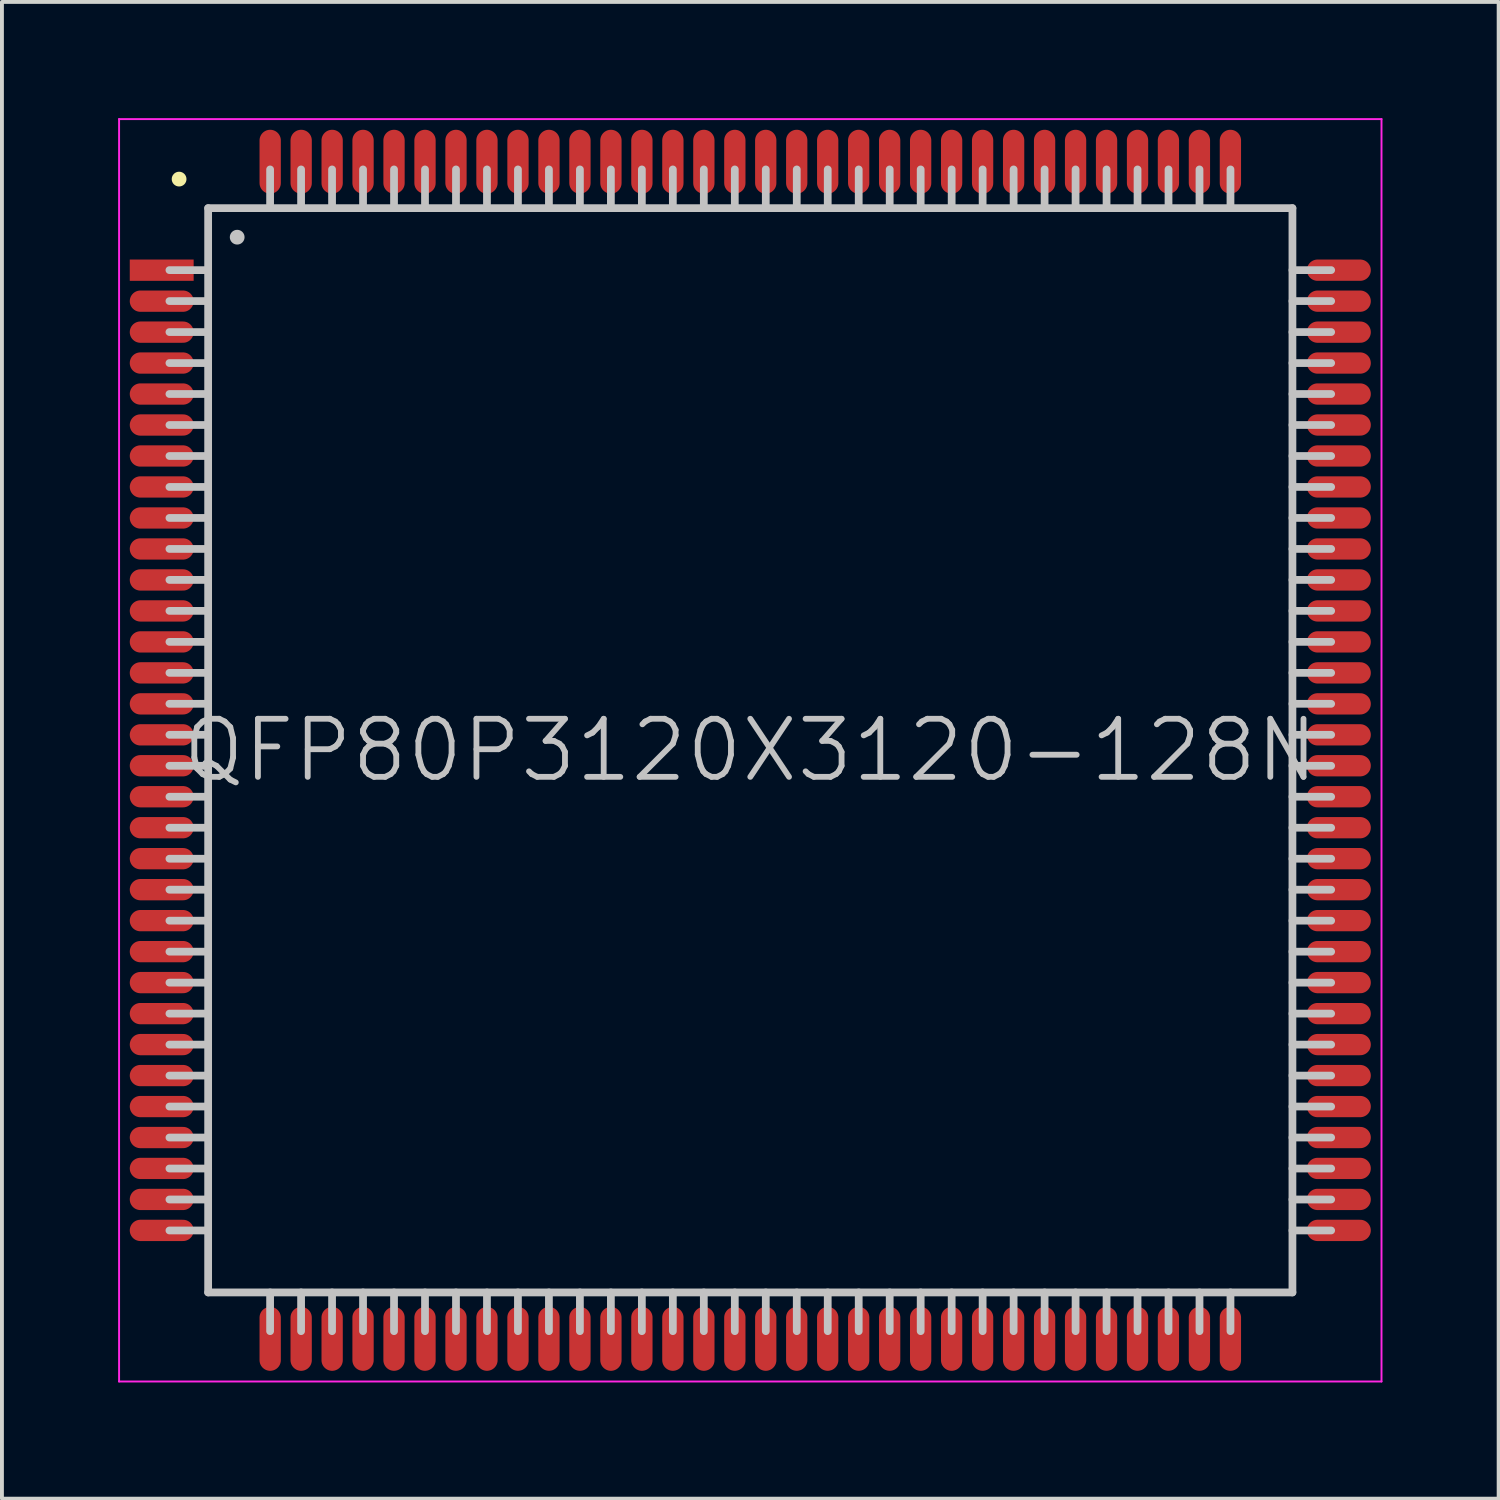
<source format=kicad_pcb>
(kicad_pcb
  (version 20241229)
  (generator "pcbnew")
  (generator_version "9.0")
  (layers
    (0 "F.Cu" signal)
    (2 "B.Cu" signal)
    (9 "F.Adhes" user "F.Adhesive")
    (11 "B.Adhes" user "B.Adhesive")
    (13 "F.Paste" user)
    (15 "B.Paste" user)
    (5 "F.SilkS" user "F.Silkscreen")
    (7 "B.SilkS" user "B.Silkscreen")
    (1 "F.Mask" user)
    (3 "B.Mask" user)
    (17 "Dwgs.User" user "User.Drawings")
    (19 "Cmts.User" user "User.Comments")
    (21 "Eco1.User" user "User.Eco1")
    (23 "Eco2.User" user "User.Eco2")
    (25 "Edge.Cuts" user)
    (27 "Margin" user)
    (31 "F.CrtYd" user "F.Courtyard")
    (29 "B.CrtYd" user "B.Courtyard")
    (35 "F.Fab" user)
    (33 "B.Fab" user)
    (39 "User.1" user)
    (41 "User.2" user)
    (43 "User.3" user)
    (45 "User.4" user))
  (footprint "QFP80P3120X3120-128N"
    (layer "F.Cu")
    (at 16.325 16.325)
    (property "Reference" "QFP80P3120X3120-128N" (at 0 0 0) (layer "Dwgs.User") (effects (font (size 1.5 1.5) (thickness 0.15))))
    (attr smd)
    (fp_line (start -14.75 -14.75) (end -14.75 -14.75) (stroke (width 0.381) (type solid)) (layer "F.SilkS"))
    (fp_line (start -14 -14) (end -14 14) (stroke (width 0.2) (type solid)) (layer "Dwgs.User"))
    (fp_line (start -14 -14) (end 14 -14) (stroke (width 0.2) (type solid)) (layer "Dwgs.User"))
    (fp_line (start -14 -12.4) (end -15 -12.4) (stroke (width 0.2) (type solid)) (layer "Dwgs.User"))
    (fp_line (start -14 -11.6) (end -15 -11.6) (stroke (width 0.2) (type solid)) (layer "Dwgs.User"))
    (fp_line (start -14 -10.8) (end -15 -10.8) (stroke (width 0.2) (type solid)) (layer "Dwgs.User"))
    (fp_line (start -14 -10) (end -15 -10) (stroke (width 0.2) (type solid)) (layer "Dwgs.User"))
    (fp_line (start -14 -9.2) (end -15 -9.2) (stroke (width 0.2) (type solid)) (layer "Dwgs.User"))
    (fp_line (start -14 -8.4) (end -15 -8.4) (stroke (width 0.2) (type solid)) (layer "Dwgs.User"))
    (fp_line (start -14 -7.6) (end -15 -7.6) (stroke (width 0.2) (type solid)) (layer "Dwgs.User"))
    (fp_line (start -14 -6.8) (end -15 -6.8) (stroke (width 0.2) (type solid)) (layer "Dwgs.User"))
    (fp_line (start -14 -6) (end -15 -6) (stroke (width 0.2) (type solid)) (layer "Dwgs.User"))
    (fp_line (start -14 -5.2) (end -15 -5.2) (stroke (width 0.2) (type solid)) (layer "Dwgs.User"))
    (fp_line (start -14 -4.4) (end -15 -4.4) (stroke (width 0.2) (type solid)) (layer "Dwgs.User"))
    (fp_line (start -14 -3.6) (end -15 -3.6) (stroke (width 0.2) (type solid)) (layer "Dwgs.User"))
    (fp_line (start -14 -2.8) (end -15 -2.8) (stroke (width 0.2) (type solid)) (layer "Dwgs.User"))
    (fp_line (start -14 -2) (end -15 -2) (stroke (width 0.2) (type solid)) (layer "Dwgs.User"))
    (fp_line (start -14 -1.2) (end -15 -1.2) (stroke (width 0.2) (type solid)) (layer "Dwgs.User"))
    (fp_line (start -14 -0.4) (end -15 -0.4) (stroke (width 0.2) (type solid)) (layer "Dwgs.User"))
    (fp_line (start -14 0.4) (end -15 0.4) (stroke (width 0.2) (type solid)) (layer "Dwgs.User"))
    (fp_line (start -14 1.2) (end -15 1.2) (stroke (width 0.2) (type solid)) (layer "Dwgs.User"))
    (fp_line (start -14 2) (end -15 2) (stroke (width 0.2) (type solid)) (layer "Dwgs.User"))
    (fp_line (start -14 2.8) (end -15 2.8) (stroke (width 0.2) (type solid)) (layer "Dwgs.User"))
    (fp_line (start -14 3.6) (end -15 3.6) (stroke (width 0.2) (type solid)) (layer "Dwgs.User"))
    (fp_line (start -14 4.4) (end -15 4.4) (stroke (width 0.2) (type solid)) (layer "Dwgs.User"))
    (fp_line (start -14 5.2) (end -15 5.2) (stroke (width 0.2) (type solid)) (layer "Dwgs.User"))
    (fp_line (start -14 6) (end -15 6) (stroke (width 0.2) (type solid)) (layer "Dwgs.User"))
    (fp_line (start -14 6.8) (end -15 6.8) (stroke (width 0.2) (type solid)) (layer "Dwgs.User"))
    (fp_line (start -14 7.6) (end -15 7.6) (stroke (width 0.2) (type solid)) (layer "Dwgs.User"))
    (fp_line (start -14 8.4) (end -15 8.4) (stroke (width 0.2) (type solid)) (layer "Dwgs.User"))
    (fp_line (start -14 9.2) (end -15 9.2) (stroke (width 0.2) (type solid)) (layer "Dwgs.User"))
    (fp_line (start -14 10) (end -15 10) (stroke (width 0.2) (type solid)) (layer "Dwgs.User"))
    (fp_line (start -14 10.8) (end -15 10.8) (stroke (width 0.2) (type solid)) (layer "Dwgs.User"))
    (fp_line (start -14 11.6) (end -15 11.6) (stroke (width 0.2) (type solid)) (layer "Dwgs.User"))
    (fp_line (start -14 12.4) (end -15 12.4) (stroke (width 0.2) (type solid)) (layer "Dwgs.User"))
    (fp_line (start -14 14) (end 14 14) (stroke (width 0.2) (type solid)) (layer "Dwgs.User"))
    (fp_line (start -13.25 -13.25) (end -13.25 -13.25) (stroke (width 0.381) (type solid)) (layer "Dwgs.User"))
    (fp_line (start -12.4 -14) (end -12.4 -15) (stroke (width 0.2) (type solid)) (layer "Dwgs.User"))
    (fp_line (start -12.4 15) (end -12.4 14) (stroke (width 0.2) (type solid)) (layer "Dwgs.User"))
    (fp_line (start -11.6 -14) (end -11.6 -15) (stroke (width 0.2) (type solid)) (layer "Dwgs.User"))
    (fp_line (start -11.6 15) (end -11.6 14) (stroke (width 0.2) (type solid)) (layer "Dwgs.User"))
    (fp_line (start -10.8 -14) (end -10.8 -15) (stroke (width 0.2) (type solid)) (layer "Dwgs.User"))
    (fp_line (start -10.8 15) (end -10.8 14) (stroke (width 0.2) (type solid)) (layer "Dwgs.User"))
    (fp_line (start -10 -14) (end -10 -15) (stroke (width 0.2) (type solid)) (layer "Dwgs.User"))
    (fp_line (start -10 15) (end -10 14) (stroke (width 0.2) (type solid)) (layer "Dwgs.User"))
    (fp_line (start -9.2 -14) (end -9.2 -15) (stroke (width 0.2) (type solid)) (layer "Dwgs.User"))
    (fp_line (start -9.2 15) (end -9.2 14) (stroke (width 0.2) (type solid)) (layer "Dwgs.User"))
    (fp_line (start -8.4 -14) (end -8.4 -15) (stroke (width 0.2) (type solid)) (layer "Dwgs.User"))
    (fp_line (start -8.4 15) (end -8.4 14) (stroke (width 0.2) (type solid)) (layer "Dwgs.User"))
    (fp_line (start -7.6 -14) (end -7.6 -15) (stroke (width 0.2) (type solid)) (layer "Dwgs.User"))
    (fp_line (start -7.6 15) (end -7.6 14) (stroke (width 0.2) (type solid)) (layer "Dwgs.User"))
    (fp_line (start -6.8 -14) (end -6.8 -15) (stroke (width 0.2) (type solid)) (layer "Dwgs.User"))
    (fp_line (start -6.8 15) (end -6.8 14) (stroke (width 0.2) (type solid)) (layer "Dwgs.User"))
    (fp_line (start -6 -14) (end -6 -15) (stroke (width 0.2) (type solid)) (layer "Dwgs.User"))
    (fp_line (start -6 15) (end -6 14) (stroke (width 0.2) (type solid)) (layer "Dwgs.User"))
    (fp_line (start -5.2 -14) (end -5.2 -15) (stroke (width 0.2) (type solid)) (layer "Dwgs.User"))
    (fp_line (start -5.2 15) (end -5.2 14) (stroke (width 0.2) (type solid)) (layer "Dwgs.User"))
    (fp_line (start -4.4 -14) (end -4.4 -15) (stroke (width 0.2) (type solid)) (layer "Dwgs.User"))
    (fp_line (start -4.4 15) (end -4.4 14) (stroke (width 0.2) (type solid)) (layer "Dwgs.User"))
    (fp_line (start -3.6 -14) (end -3.6 -15) (stroke (width 0.2) (type solid)) (layer "Dwgs.User"))
    (fp_line (start -3.6 15) (end -3.6 14) (stroke (width 0.2) (type solid)) (layer "Dwgs.User"))
    (fp_line (start -2.8 -14) (end -2.8 -15) (stroke (width 0.2) (type solid)) (layer "Dwgs.User"))
    (fp_line (start -2.8 15) (end -2.8 14) (stroke (width 0.2) (type solid)) (layer "Dwgs.User"))
    (fp_line (start -2 -14) (end -2 -15) (stroke (width 0.2) (type solid)) (layer "Dwgs.User"))
    (fp_line (start -2 15) (end -2 14) (stroke (width 0.2) (type solid)) (layer "Dwgs.User"))
    (fp_line (start -1.2 -14) (end -1.2 -15) (stroke (width 0.2) (type solid)) (layer "Dwgs.User"))
    (fp_line (start -1.2 15) (end -1.2 14) (stroke (width 0.2) (type solid)) (layer "Dwgs.User"))
    (fp_line (start -0.4 -14) (end -0.4 -15) (stroke (width 0.2) (type solid)) (layer "Dwgs.User"))
    (fp_line (start -0.4 15) (end -0.4 14) (stroke (width 0.2) (type solid)) (layer "Dwgs.User"))
    (fp_line (start 0.4 -14) (end 0.4 -15) (stroke (width 0.2) (type solid)) (layer "Dwgs.User"))
    (fp_line (start 0.4 15) (end 0.4 14) (stroke (width 0.2) (type solid)) (layer "Dwgs.User"))
    (fp_line (start 1.2 -14) (end 1.2 -15) (stroke (width 0.2) (type solid)) (layer "Dwgs.User"))
    (fp_line (start 1.2 15) (end 1.2 14) (stroke (width 0.2) (type solid)) (layer "Dwgs.User"))
    (fp_line (start 2 -14) (end 2 -15) (stroke (width 0.2) (type solid)) (layer "Dwgs.User"))
    (fp_line (start 2 15) (end 2 14) (stroke (width 0.2) (type solid)) (layer "Dwgs.User"))
    (fp_line (start 2.8 -14) (end 2.8 -15) (stroke (width 0.2) (type solid)) (layer "Dwgs.User"))
    (fp_line (start 2.8 15) (end 2.8 14) (stroke (width 0.2) (type solid)) (layer "Dwgs.User"))
    (fp_line (start 3.6 -14) (end 3.6 -15) (stroke (width 0.2) (type solid)) (layer "Dwgs.User"))
    (fp_line (start 3.6 15) (end 3.6 14) (stroke (width 0.2) (type solid)) (layer "Dwgs.User"))
    (fp_line (start 4.4 -14) (end 4.4 -15) (stroke (width 0.2) (type solid)) (layer "Dwgs.User"))
    (fp_line (start 4.4 15) (end 4.4 14) (stroke (width 0.2) (type solid)) (layer "Dwgs.User"))
    (fp_line (start 5.2 -14) (end 5.2 -15) (stroke (width 0.2) (type solid)) (layer "Dwgs.User"))
    (fp_line (start 5.2 15) (end 5.2 14) (stroke (width 0.2) (type solid)) (layer "Dwgs.User"))
    (fp_line (start 6 -14) (end 6 -15) (stroke (width 0.2) (type solid)) (layer "Dwgs.User"))
    (fp_line (start 6 15) (end 6 14) (stroke (width 0.2) (type solid)) (layer "Dwgs.User"))
    (fp_line (start 6.8 -14) (end 6.8 -15) (stroke (width 0.2) (type solid)) (layer "Dwgs.User"))
    (fp_line (start 6.8 15) (end 6.8 14) (stroke (width 0.2) (type solid)) (layer "Dwgs.User"))
    (fp_line (start 7.6 -14) (end 7.6 -15) (stroke (width 0.2) (type solid)) (layer "Dwgs.User"))
    (fp_line (start 7.6 15) (end 7.6 14) (stroke (width 0.2) (type solid)) (layer "Dwgs.User"))
    (fp_line (start 8.4 -14) (end 8.4 -15) (stroke (width 0.2) (type solid)) (layer "Dwgs.User"))
    (fp_line (start 8.4 15) (end 8.4 14) (stroke (width 0.2) (type solid)) (layer "Dwgs.User"))
    (fp_line (start 9.2 -14) (end 9.2 -15) (stroke (width 0.2) (type solid)) (layer "Dwgs.User"))
    (fp_line (start 9.2 15) (end 9.2 14) (stroke (width 0.2) (type solid)) (layer "Dwgs.User"))
    (fp_line (start 10 -14) (end 10 -15) (stroke (width 0.2) (type solid)) (layer "Dwgs.User"))
    (fp_line (start 10 15) (end 10 14) (stroke (width 0.2) (type solid)) (layer "Dwgs.User"))
    (fp_line (start 10.8 -14) (end 10.8 -15) (stroke (width 0.2) (type solid)) (layer "Dwgs.User"))
    (fp_line (start 10.8 15) (end 10.8 14) (stroke (width 0.2) (type solid)) (layer "Dwgs.User"))
    (fp_line (start 11.6 -14) (end 11.6 -15) (stroke (width 0.2) (type solid)) (layer "Dwgs.User"))
    (fp_line (start 11.6 15) (end 11.6 14) (stroke (width 0.2) (type solid)) (layer "Dwgs.User"))
    (fp_line (start 12.4 -14) (end 12.4 -15) (stroke (width 0.2) (type solid)) (layer "Dwgs.User"))
    (fp_line (start 12.4 15) (end 12.4 14) (stroke (width 0.2) (type solid)) (layer "Dwgs.User"))
    (fp_line (start 14 -14) (end 14 14) (stroke (width 0.2) (type solid)) (layer "Dwgs.User"))
    (fp_line (start 15 -12.4) (end 14 -12.4) (stroke (width 0.2) (type solid)) (layer "Dwgs.User"))
    (fp_line (start 15 -11.6) (end 14 -11.6) (stroke (width 0.2) (type solid)) (layer "Dwgs.User"))
    (fp_line (start 15 -10.8) (end 14 -10.8) (stroke (width 0.2) (type solid)) (layer "Dwgs.User"))
    (fp_line (start 15 -10) (end 14 -10) (stroke (width 0.2) (type solid)) (layer "Dwgs.User"))
    (fp_line (start 15 -9.2) (end 14 -9.2) (stroke (width 0.2) (type solid)) (layer "Dwgs.User"))
    (fp_line (start 15 -8.4) (end 14 -8.4) (stroke (width 0.2) (type solid)) (layer "Dwgs.User"))
    (fp_line (start 15 -7.6) (end 14 -7.6) (stroke (width 0.2) (type solid)) (layer "Dwgs.User"))
    (fp_line (start 15 -6.8) (end 14 -6.8) (stroke (width 0.2) (type solid)) (layer "Dwgs.User"))
    (fp_line (start 15 -6) (end 14 -6) (stroke (width 0.2) (type solid)) (layer "Dwgs.User"))
    (fp_line (start 15 -5.2) (end 14 -5.2) (stroke (width 0.2) (type solid)) (layer "Dwgs.User"))
    (fp_line (start 15 -4.4) (end 14 -4.4) (stroke (width 0.2) (type solid)) (layer "Dwgs.User"))
    (fp_line (start 15 -3.6) (end 14 -3.6) (stroke (width 0.2) (type solid)) (layer "Dwgs.User"))
    (fp_line (start 15 -2.8) (end 14 -2.8) (stroke (width 0.2) (type solid)) (layer "Dwgs.User"))
    (fp_line (start 15 -2) (end 14 -2) (stroke (width 0.2) (type solid)) (layer "Dwgs.User"))
    (fp_line (start 15 -1.2) (end 14 -1.2) (stroke (width 0.2) (type solid)) (layer "Dwgs.User"))
    (fp_line (start 15 -0.4) (end 14 -0.4) (stroke (width 0.2) (type solid)) (layer "Dwgs.User"))
    (fp_line (start 15 0.4) (end 14 0.4) (stroke (width 0.2) (type solid)) (layer "Dwgs.User"))
    (fp_line (start 15 1.2) (end 14 1.2) (stroke (width 0.2) (type solid)) (layer "Dwgs.User"))
    (fp_line (start 15 2) (end 14 2) (stroke (width 0.2) (type solid)) (layer "Dwgs.User"))
    (fp_line (start 15 2.8) (end 14 2.8) (stroke (width 0.2) (type solid)) (layer "Dwgs.User"))
    (fp_line (start 15 3.6) (end 14 3.6) (stroke (width 0.2) (type solid)) (layer "Dwgs.User"))
    (fp_line (start 15 4.4) (end 14 4.4) (stroke (width 0.2) (type solid)) (layer "Dwgs.User"))
    (fp_line (start 15 5.2) (end 14 5.2) (stroke (width 0.2) (type solid)) (layer "Dwgs.User"))
    (fp_line (start 15 6) (end 14 6) (stroke (width 0.2) (type solid)) (layer "Dwgs.User"))
    (fp_line (start 15 6.8) (end 14 6.8) (stroke (width 0.2) (type solid)) (layer "Dwgs.User"))
    (fp_line (start 15 7.6) (end 14 7.6) (stroke (width 0.2) (type solid)) (layer "Dwgs.User"))
    (fp_line (start 15 8.4) (end 14 8.4) (stroke (width 0.2) (type solid)) (layer "Dwgs.User"))
    (fp_line (start 15 9.2) (end 14 9.2) (stroke (width 0.2) (type solid)) (layer "Dwgs.User"))
    (fp_line (start 15 10) (end 14 10) (stroke (width 0.2) (type solid)) (layer "Dwgs.User"))
    (fp_line (start 15 10.8) (end 14 10.8) (stroke (width 0.2) (type solid)) (layer "Dwgs.User"))
    (fp_line (start 15 11.6) (end 14 11.6) (stroke (width 0.2) (type solid)) (layer "Dwgs.User"))
    (fp_line (start 15 12.4) (end 14 12.4) (stroke (width 0.2) (type solid)) (layer "Dwgs.User"))
    (fp_line (start -16.3 -16.3) (end -16.3 16.3) (stroke (width 0.05) (type solid)) (layer "F.CrtYd"))
    (fp_line (start -16.3 -16.3) (end 16.3 -16.3) (stroke (width 0.05) (type solid)) (layer "F.CrtYd"))
    (fp_line (start -16.3 16.3) (end 16.3 16.3) (stroke (width 0.05) (type solid)) (layer "F.CrtYd"))
    (fp_line (start 16.3 -16.3) (end 16.3 16.3) (stroke (width 0.05) (type solid)) (layer "F.CrtYd"))
    (pad "1" smd rect (at -15.199 -12.398 90) (size 0.55 1.65) (layers "F.Cu" "F.Mask" "F.Paste"))
    (pad "2" smd oval (at -15.199 -11.598 90) (size 0.55 1.65) (layers "F.Cu" "F.Mask" "F.Paste"))
    (pad "3" smd oval (at -15.199 -10.798 90) (size 0.55 1.65) (layers "F.Cu" "F.Mask" "F.Paste"))
    (pad "4" smd oval (at -15.199 -10 90) (size 0.55 1.65) (layers "F.Cu" "F.Mask" "F.Paste"))
    (pad "5" smd oval (at -15.199 -9.2 90) (size 0.55 1.65) (layers "F.Cu" "F.Mask" "F.Paste"))
    (pad "6" smd oval (at -15.199 -8.4 90) (size 0.55 1.65) (layers "F.Cu" "F.Mask" "F.Paste"))
    (pad "7" smd oval (at -15.199 -7.6 90) (size 0.55 1.65) (layers "F.Cu" "F.Mask" "F.Paste"))
    (pad "8" smd oval (at -15.199 -6.8 90) (size 0.55 1.65) (layers "F.Cu" "F.Mask" "F.Paste"))
    (pad "9" smd oval (at -15.199 -5.999 90) (size 0.55 1.65) (layers "F.Cu" "F.Mask" "F.Paste"))
    (pad "10" smd oval (at -15.199 -5.199 90) (size 0.55 1.65) (layers "F.Cu" "F.Mask" "F.Paste"))
    (pad "11" smd oval (at -15.199 -4.399 90) (size 0.55 1.65) (layers "F.Cu" "F.Mask" "F.Paste"))
    (pad "12" smd oval (at -15.199 -3.599 90) (size 0.55 1.65) (layers "F.Cu" "F.Mask" "F.Paste"))
    (pad "13" smd oval (at -15.199 -2.799 90) (size 0.55 1.65) (layers "F.Cu" "F.Mask" "F.Paste"))
    (pad "14" smd oval (at -15.199 -1.999 90) (size 0.55 1.65) (layers "F.Cu" "F.Mask" "F.Paste"))
    (pad "15" smd oval (at -15.199 -1.199 90) (size 0.55 1.65) (layers "F.Cu" "F.Mask" "F.Paste"))
    (pad "16" smd oval (at -15.199 -0.399 90) (size 0.55 1.65) (layers "F.Cu" "F.Mask" "F.Paste"))
    (pad "17" smd oval (at -15.199 0.399 90) (size 0.55 1.65) (layers "F.Cu" "F.Mask" "F.Paste"))
    (pad "18" smd oval (at -15.199 1.199 90) (size 0.55 1.65) (layers "F.Cu" "F.Mask" "F.Paste"))
    (pad "19" smd oval (at -15.199 1.999 90) (size 0.55 1.65) (layers "F.Cu" "F.Mask" "F.Paste"))
    (pad "20" smd oval (at -15.199 2.799 90) (size 0.55 1.65) (layers "F.Cu" "F.Mask" "F.Paste"))
    (pad "21" smd oval (at -15.199 3.599 90) (size 0.55 1.65) (layers "F.Cu" "F.Mask" "F.Paste"))
    (pad "22" smd oval (at -15.199 4.399 90) (size 0.55 1.65) (layers "F.Cu" "F.Mask" "F.Paste"))
    (pad "23" smd oval (at -15.199 5.199 90) (size 0.55 1.65) (layers "F.Cu" "F.Mask" "F.Paste"))
    (pad "24" smd oval (at -15.199 5.999 90) (size 0.55 1.65) (layers "F.Cu" "F.Mask" "F.Paste"))
    (pad "25" smd oval (at -15.199 6.8 90) (size 0.55 1.65) (layers "F.Cu" "F.Mask" "F.Paste"))
    (pad "26" smd oval (at -15.199 7.6 90) (size 0.55 1.65) (layers "F.Cu" "F.Mask" "F.Paste"))
    (pad "27" smd oval (at -15.199 8.4 90) (size 0.55 1.65) (layers "F.Cu" "F.Mask" "F.Paste"))
    (pad "28" smd oval (at -15.199 9.2 90) (size 0.55 1.65) (layers "F.Cu" "F.Mask" "F.Paste"))
    (pad "29" smd oval (at -15.199 10 90) (size 0.55 1.65) (layers "F.Cu" "F.Mask" "F.Paste"))
    (pad "30" smd oval (at -15.199 10.798 90) (size 0.55 1.65) (layers "F.Cu" "F.Mask" "F.Paste"))
    (pad "31" smd oval (at -15.199 11.598 90) (size 0.55 1.65) (layers "F.Cu" "F.Mask" "F.Paste"))
    (pad "32" smd oval (at -15.199 12.398 90) (size 0.55 1.65) (layers "F.Cu" "F.Mask" "F.Paste"))
    (pad "33" smd oval (at -12.398 15.199 180) (size 0.55 1.65) (layers "F.Cu" "F.Mask" "F.Paste"))
    (pad "34" smd oval (at -11.598 15.199 180) (size 0.55 1.65) (layers "F.Cu" "F.Mask" "F.Paste"))
    (pad "35" smd oval (at -10.798 15.199 180) (size 0.55 1.65) (layers "F.Cu" "F.Mask" "F.Paste"))
    (pad "36" smd oval (at -10 15.199 180) (size 0.55 1.65) (layers "F.Cu" "F.Mask" "F.Paste"))
    (pad "37" smd oval (at -9.2 15.199 180) (size 0.55 1.65) (layers "F.Cu" "F.Mask" "F.Paste"))
    (pad "38" smd oval (at -8.4 15.199 180) (size 0.55 1.65) (layers "F.Cu" "F.Mask" "F.Paste"))
    (pad "39" smd oval (at -7.6 15.199 180) (size 0.55 1.65) (layers "F.Cu" "F.Mask" "F.Paste"))
    (pad "40" smd oval (at -6.8 15.199 180) (size 0.55 1.65) (layers "F.Cu" "F.Mask" "F.Paste"))
    (pad "41" smd oval (at -5.999 15.199 180) (size 0.55 1.65) (layers "F.Cu" "F.Mask" "F.Paste"))
    (pad "42" smd oval (at -5.199 15.199 180) (size 0.55 1.65) (layers "F.Cu" "F.Mask" "F.Paste"))
    (pad "43" smd oval (at -4.399 15.199 180) (size 0.55 1.65) (layers "F.Cu" "F.Mask" "F.Paste"))
    (pad "44" smd oval (at -3.599 15.199 180) (size 0.55 1.65) (layers "F.Cu" "F.Mask" "F.Paste"))
    (pad "45" smd oval (at -2.799 15.199 180) (size 0.55 1.65) (layers "F.Cu" "F.Mask" "F.Paste"))
    (pad "46" smd oval (at -1.999 15.199 180) (size 0.55 1.65) (layers "F.Cu" "F.Mask" "F.Paste"))
    (pad "47" smd oval (at -1.199 15.199 180) (size 0.55 1.65) (layers "F.Cu" "F.Mask" "F.Paste"))
    (pad "48" smd oval (at -0.399 15.199 180) (size 0.55 1.65) (layers "F.Cu" "F.Mask" "F.Paste"))
    (pad "49" smd oval (at 0.399 15.199 180) (size 0.55 1.65) (layers "F.Cu" "F.Mask" "F.Paste"))
    (pad "50" smd oval (at 1.199 15.199 180) (size 0.55 1.65) (layers "F.Cu" "F.Mask" "F.Paste"))
    (pad "51" smd oval (at 1.999 15.199 180) (size 0.55 1.65) (layers "F.Cu" "F.Mask" "F.Paste"))
    (pad "52" smd oval (at 2.799 15.199 180) (size 0.55 1.65) (layers "F.Cu" "F.Mask" "F.Paste"))
    (pad "53" smd oval (at 3.599 15.199 180) (size 0.55 1.65) (layers "F.Cu" "F.Mask" "F.Paste"))
    (pad "54" smd oval (at 4.399 15.199 180) (size 0.55 1.65) (layers "F.Cu" "F.Mask" "F.Paste"))
    (pad "55" smd oval (at 5.199 15.199 180) (size 0.55 1.65) (layers "F.Cu" "F.Mask" "F.Paste"))
    (pad "56" smd oval (at 5.999 15.199 180) (size 0.55 1.65) (layers "F.Cu" "F.Mask" "F.Paste"))
    (pad "57" smd oval (at 6.8 15.199 180) (size 0.55 1.65) (layers "F.Cu" "F.Mask" "F.Paste"))
    (pad "58" smd oval (at 7.6 15.199 180) (size 0.55 1.65) (layers "F.Cu" "F.Mask" "F.Paste"))
    (pad "59" smd oval (at 8.4 15.199 180) (size 0.55 1.65) (layers "F.Cu" "F.Mask" "F.Paste"))
    (pad "60" smd oval (at 9.2 15.199 180) (size 0.55 1.65) (layers "F.Cu" "F.Mask" "F.Paste"))
    (pad "61" smd oval (at 10 15.199 180) (size 0.55 1.65) (layers "F.Cu" "F.Mask" "F.Paste"))
    (pad "62" smd oval (at 10.798 15.199 180) (size 0.55 1.65) (layers "F.Cu" "F.Mask" "F.Paste"))
    (pad "63" smd oval (at 11.598 15.199 180) (size 0.55 1.65) (layers "F.Cu" "F.Mask" "F.Paste"))
    (pad "64" smd oval (at 12.398 15.199 180) (size 0.55 1.65) (layers "F.Cu" "F.Mask" "F.Paste"))
    (pad "65" smd oval (at 15.199 12.398 270) (size 0.55 1.65) (layers "F.Cu" "F.Mask" "F.Paste"))
    (pad "66" smd oval (at 15.199 11.598 270) (size 0.55 1.65) (layers "F.Cu" "F.Mask" "F.Paste"))
    (pad "67" smd oval (at 15.199 10.798 270) (size 0.55 1.65) (layers "F.Cu" "F.Mask" "F.Paste"))
    (pad "68" smd oval (at 15.199 10 270) (size 0.55 1.65) (layers "F.Cu" "F.Mask" "F.Paste"))
    (pad "69" smd oval (at 15.199 9.2 270) (size 0.55 1.65) (layers "F.Cu" "F.Mask" "F.Paste"))
    (pad "70" smd oval (at 15.199 8.4 270) (size 0.55 1.65) (layers "F.Cu" "F.Mask" "F.Paste"))
    (pad "71" smd oval (at 15.199 7.6 270) (size 0.55 1.65) (layers "F.Cu" "F.Mask" "F.Paste"))
    (pad "72" smd oval (at 15.199 6.8 270) (size 0.55 1.65) (layers "F.Cu" "F.Mask" "F.Paste"))
    (pad "73" smd oval (at 15.199 5.999 270) (size 0.55 1.65) (layers "F.Cu" "F.Mask" "F.Paste"))
    (pad "74" smd oval (at 15.199 5.199 270) (size 0.55 1.65) (layers "F.Cu" "F.Mask" "F.Paste"))
    (pad "75" smd oval (at 15.199 4.399 270) (size 0.55 1.65) (layers "F.Cu" "F.Mask" "F.Paste"))
    (pad "76" smd oval (at 15.199 3.599 270) (size 0.55 1.65) (layers "F.Cu" "F.Mask" "F.Paste"))
    (pad "77" smd oval (at 15.199 2.799 270) (size 0.55 1.65) (layers "F.Cu" "F.Mask" "F.Paste"))
    (pad "78" smd oval (at 15.199 1.999 270) (size 0.55 1.65) (layers "F.Cu" "F.Mask" "F.Paste"))
    (pad "79" smd oval (at 15.199 1.199 270) (size 0.55 1.65) (layers "F.Cu" "F.Mask" "F.Paste"))
    (pad "80" smd oval (at 15.199 0.399 270) (size 0.55 1.65) (layers "F.Cu" "F.Mask" "F.Paste"))
    (pad "81" smd oval (at 15.199 -0.399 270) (size 0.55 1.65) (layers "F.Cu" "F.Mask" "F.Paste"))
    (pad "82" smd oval (at 15.199 -1.199 270) (size 0.55 1.65) (layers "F.Cu" "F.Mask" "F.Paste"))
    (pad "83" smd oval (at 15.199 -1.999 270) (size 0.55 1.65) (layers "F.Cu" "F.Mask" "F.Paste"))
    (pad "84" smd oval (at 15.199 -2.799 270) (size 0.55 1.65) (layers "F.Cu" "F.Mask" "F.Paste"))
    (pad "85" smd oval (at 15.199 -3.599 270) (size 0.55 1.65) (layers "F.Cu" "F.Mask" "F.Paste"))
    (pad "86" smd oval (at 15.199 -4.399 270) (size 0.55 1.65) (layers "F.Cu" "F.Mask" "F.Paste"))
    (pad "87" smd oval (at 15.199 -5.199 270) (size 0.55 1.65) (layers "F.Cu" "F.Mask" "F.Paste"))
    (pad "88" smd oval (at 15.199 -5.999 270) (size 0.55 1.65) (layers "F.Cu" "F.Mask" "F.Paste"))
    (pad "89" smd oval (at 15.199 -6.8 270) (size 0.55 1.65) (layers "F.Cu" "F.Mask" "F.Paste"))
    (pad "90" smd oval (at 15.199 -7.6 270) (size 0.55 1.65) (layers "F.Cu" "F.Mask" "F.Paste"))
    (pad "91" smd oval (at 15.199 -8.4 270) (size 0.55 1.65) (layers "F.Cu" "F.Mask" "F.Paste"))
    (pad "92" smd oval (at 15.199 -9.2 270) (size 0.55 1.65) (layers "F.Cu" "F.Mask" "F.Paste"))
    (pad "93" smd oval (at 15.199 -10 270) (size 0.55 1.65) (layers "F.Cu" "F.Mask" "F.Paste"))
    (pad "94" smd oval (at 15.199 -10.798 270) (size 0.55 1.65) (layers "F.Cu" "F.Mask" "F.Paste"))
    (pad "95" smd oval (at 15.199 -11.598 270) (size 0.55 1.65) (layers "F.Cu" "F.Mask" "F.Paste"))
    (pad "96" smd oval (at 15.199 -12.398 270) (size 0.55 1.65) (layers "F.Cu" "F.Mask" "F.Paste"))
    (pad "97" smd oval (at 12.398 -15.199) (size 0.55 1.65) (layers "F.Cu" "F.Mask" "F.Paste"))
    (pad "98" smd oval (at 11.598 -15.199) (size 0.55 1.65) (layers "F.Cu" "F.Mask" "F.Paste"))
    (pad "99" smd oval (at 10.798 -15.199) (size 0.55 1.65) (layers "F.Cu" "F.Mask" "F.Paste"))
    (pad "100" smd oval (at 10 -15.199) (size 0.55 1.65) (layers "F.Cu" "F.Mask" "F.Paste"))
    (pad "101" smd oval (at 9.2 -15.199) (size 0.55 1.65) (layers "F.Cu" "F.Mask" "F.Paste"))
    (pad "102" smd oval (at 8.4 -15.199) (size 0.55 1.65) (layers "F.Cu" "F.Mask" "F.Paste"))
    (pad "103" smd oval (at 7.6 -15.199) (size 0.55 1.65) (layers "F.Cu" "F.Mask" "F.Paste"))
    (pad "104" smd oval (at 6.8 -15.199) (size 0.55 1.65) (layers "F.Cu" "F.Mask" "F.Paste"))
    (pad "105" smd oval (at 5.999 -15.199) (size 0.55 1.65) (layers "F.Cu" "F.Mask" "F.Paste"))
    (pad "106" smd oval (at 5.199 -15.199) (size 0.55 1.65) (layers "F.Cu" "F.Mask" "F.Paste"))
    (pad "107" smd oval (at 4.399 -15.199) (size 0.55 1.65) (layers "F.Cu" "F.Mask" "F.Paste"))
    (pad "108" smd oval (at 3.599 -15.199) (size 0.55 1.65) (layers "F.Cu" "F.Mask" "F.Paste"))
    (pad "109" smd oval (at 2.799 -15.199) (size 0.55 1.65) (layers "F.Cu" "F.Mask" "F.Paste"))
    (pad "110" smd oval (at 1.999 -15.199) (size 0.55 1.65) (layers "F.Cu" "F.Mask" "F.Paste"))
    (pad "111" smd oval (at 1.199 -15.199) (size 0.55 1.65) (layers "F.Cu" "F.Mask" "F.Paste"))
    (pad "112" smd oval (at 0.399 -15.199) (size 0.55 1.65) (layers "F.Cu" "F.Mask" "F.Paste"))
    (pad "113" smd oval (at -0.399 -15.199) (size 0.55 1.65) (layers "F.Cu" "F.Mask" "F.Paste"))
    (pad "114" smd oval (at -1.199 -15.199) (size 0.55 1.65) (layers "F.Cu" "F.Mask" "F.Paste"))
    (pad "115" smd oval (at -1.999 -15.199) (size 0.55 1.65) (layers "F.Cu" "F.Mask" "F.Paste"))
    (pad "116" smd oval (at -2.799 -15.199) (size 0.55 1.65) (layers "F.Cu" "F.Mask" "F.Paste"))
    (pad "117" smd oval (at -3.599 -15.199) (size 0.55 1.65) (layers "F.Cu" "F.Mask" "F.Paste"))
    (pad "118" smd oval (at -4.399 -15.199) (size 0.55 1.65) (layers "F.Cu" "F.Mask" "F.Paste"))
    (pad "119" smd oval (at -5.199 -15.199) (size 0.55 1.65) (layers "F.Cu" "F.Mask" "F.Paste"))
    (pad "120" smd oval (at -5.999 -15.199) (size 0.55 1.65) (layers "F.Cu" "F.Mask" "F.Paste"))
    (pad "121" smd oval (at -6.8 -15.199) (size 0.55 1.65) (layers "F.Cu" "F.Mask" "F.Paste"))
    (pad "122" smd oval (at -7.6 -15.199) (size 0.55 1.65) (layers "F.Cu" "F.Mask" "F.Paste"))
    (pad "123" smd oval (at -8.4 -15.199) (size 0.55 1.65) (layers "F.Cu" "F.Mask" "F.Paste"))
    (pad "124" smd oval (at -9.2 -15.199) (size 0.55 1.65) (layers "F.Cu" "F.Mask" "F.Paste"))
    (pad "125" smd oval (at -10 -15.199) (size 0.55 1.65) (layers "F.Cu" "F.Mask" "F.Paste"))
    (pad "126" smd oval (at -10.798 -15.199) (size 0.55 1.65) (layers "F.Cu" "F.Mask" "F.Paste"))
    (pad "127" smd oval (at -11.598 -15.199) (size 0.55 1.65) (layers "F.Cu" "F.Mask" "F.Paste"))
    (pad "128" smd oval (at -12.398 -15.199) (size 0.55 1.65) (layers "F.Cu" "F.Mask" "F.Paste")))
  (gr_rect
    (start -3 -3)
    (end 35.65 35.65)
    (stroke (width 0.1) (type default))
    (fill no)
    (layer "Edge.Cuts")))
</source>
